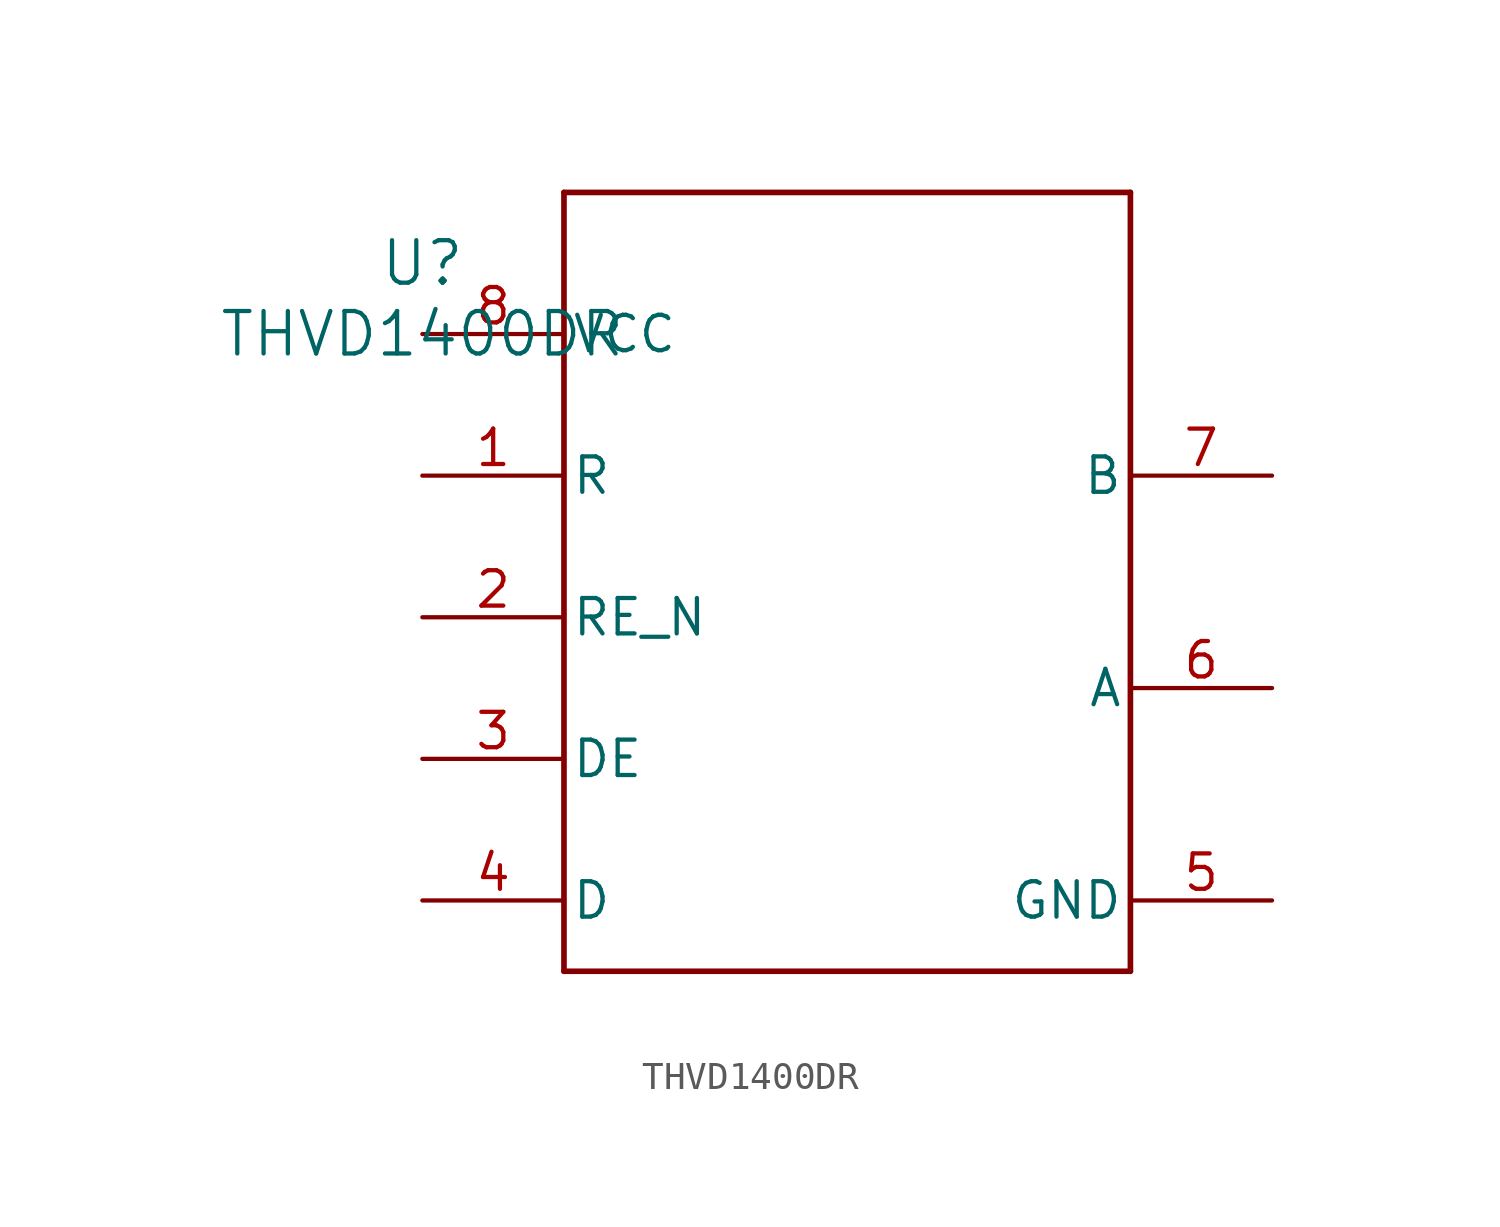
<source format=kicad_sym>
(kicad_symbol_lib
  (version 20211014)
  (generator kicad_symbol_editor)
  (symbol "THVD1400DR"
    (pin_names
      (offset 0.254))
    (property "Reference" "U"
      (at 0 2.54 0)
      (effects (font (size 1.524 1.524))))
    (property "Value" "THVD1400DR"
      (at 0 0 0)
      (effects (font (size 1.524 1.524))))
    (symbol "THVD1400DR_0_1"
      (polyline (pts (xy 5.08 -22.86) (xy 25.4 -22.86)) (stroke (width 0.203) (type default) (color 0 0 0 0)) (fill (type none)))
      (polyline (pts (xy 25.4 -22.86) (xy 25.4 5.08)) (stroke (width 0.203) (type default) (color 0 0 0 0)) (fill (type none)))
      (polyline (pts (xy 25.4 5.08) (xy 5.08 5.08)) (stroke (width 0.203) (type default) (color 0 0 0 0)) (fill (type none)))
      (polyline (pts (xy 5.08 5.08) (xy 5.08 -22.86)) (stroke (width 0.203) (type default) (color 0 0 0 0)) (fill (type none)))
      (pin output line (at 0 -5.08 0) (length 5.08) (name "R" (effects (font (size 1.27 1.27)))) (number "1" (effects (font (size 1.27 1.27)))))
      (pin input line (at 0 -10.16 0) (length 5.08) (name "RE_N" (effects (font (size 1.27 1.27)))) (number "2" (effects (font (size 1.27 1.27)))))
      (pin input line (at 0 -15.24 0) (length 5.08) (name "DE" (effects (font (size 1.27 1.27)))) (number "3" (effects (font (size 1.27 1.27)))))
      (pin input line (at 0 -20.32 0) (length 5.08) (name "D" (effects (font (size 1.27 1.27)))) (number "4" (effects (font (size 1.27 1.27)))))
      (pin power_in line (at 30.48 -20.32 180) (length 5.08) (name "GND" (effects (font (size 1.27 1.27)))) (number "5" (effects (font (size 1.27 1.27)))))
      (pin bidirectional line (at 30.48 -12.7 180) (length 5.08) (name "A" (effects (font (size 1.27 1.27)))) (number "6" (effects (font (size 1.27 1.27)))))
      (pin bidirectional line (at 30.48 -5.08 180) (length 5.08) (name "B" (effects (font (size 1.27 1.27)))) (number "7" (effects (font (size 1.27 1.27)))))
      (pin power_in line (at 0 0 0) (length 5.08) (name "VCC" (effects (font (size 1.27 1.27)))) (number "8" (effects (font (size 1.27 1.27))))))))
</source>
